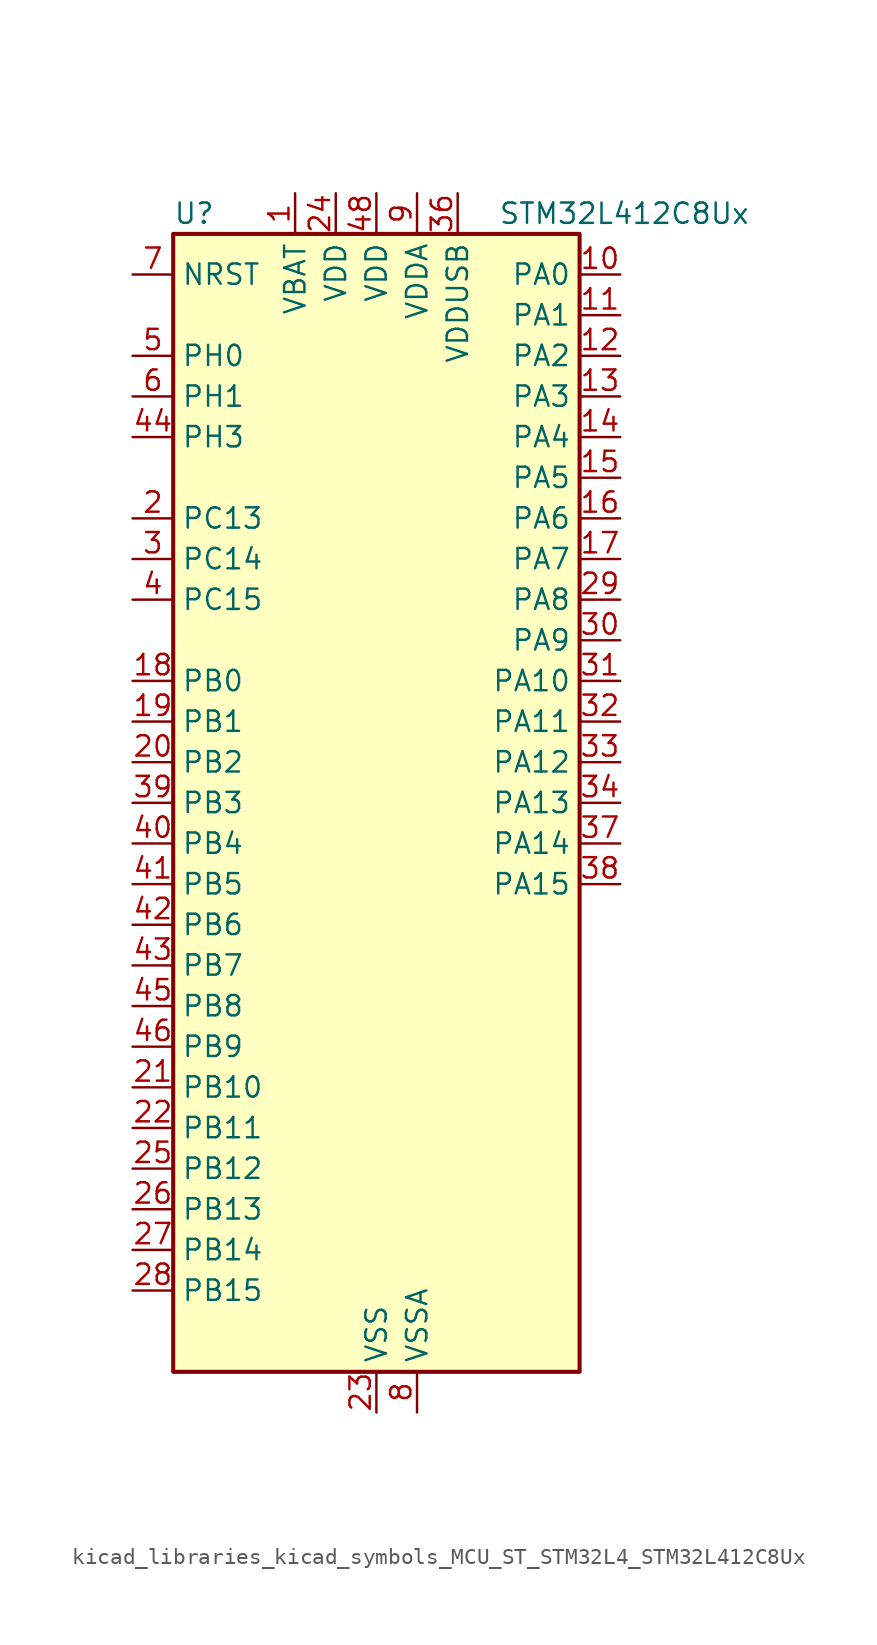
<source format=kicad_sym>
(kicad_symbol_lib
  (version 20220914)
  (generator kicad_symbol_editor)
  (symbol "kicad_libraries_kicad_symbols_MCU_ST_STM32L4_STM32L412C8Ux"
    (property "Reference" "U"
      (at -12.7 36.83 0)
      (effects (font (size 1.27 1.27)) (justify left)))
    (property "Value" "STM32L412C8Ux"
      (at 7.62 36.83 0)
      (effects (font (size 1.27 1.27)) (justify left)))
    (property "ki_locked" ""
      (at 0 0 0)
      (effects (font (size 1.27 1.27))))
    (symbol "kicad_libraries_kicad_symbols_MCU_ST_STM32L4_STM32L412C8Ux_0_1"
      (rectangle (start -12.7 -35.56) (end 12.7 35.56) (stroke (width 0.254) (type default)) (fill (type background))))
    (symbol "kicad_libraries_kicad_symbols_MCU_ST_STM32L4_STM32L412C8Ux_1_1"
      (pin power_in line (at -5.08 38.1 270) (length 2.54) (name "VBAT" (effects (font (size 1.27 1.27)))) (number "1" (effects (font (size 1.27 1.27)))))
      (pin bidirectional line (at 15.24 33.02 180) (length 2.54) (name "PA0" (effects (font (size 1.27 1.27)))) (number "10" (effects (font (size 1.27 1.27)))) (alternate "ADC1_IN5" bidirectional line) (alternate "COMP1_INM" bidirectional line) (alternate "COMP1_OUT" bidirectional line) (alternate "OPAMP1_VINP" bidirectional line) (alternate "RTC_TAMP2" bidirectional line) (alternate "SYS_WKUP1" bidirectional line) (alternate "TIM2_CH1" bidirectional line) (alternate "TIM2_ETR" bidirectional line) (alternate "USART2_CTS" bidirectional line))
      (pin bidirectional line (at 15.24 30.48 180) (length 2.54) (name "PA1" (effects (font (size 1.27 1.27)))) (number "11" (effects (font (size 1.27 1.27)))) (alternate "ADC1_IN6" bidirectional line) (alternate "COMP1_INP" bidirectional line) (alternate "I2C1_SMBA" bidirectional line) (alternate "OPAMP1_VINM" bidirectional line) (alternate "SPI1_SCK" bidirectional line) (alternate "TIM15_CH1N" bidirectional line) (alternate "TIM2_CH2" bidirectional line) (alternate "USART2_DE" bidirectional line) (alternate "USART2_RTS" bidirectional line))
      (pin bidirectional line (at 15.24 27.94 180) (length 2.54) (name "PA2" (effects (font (size 1.27 1.27)))) (number "12" (effects (font (size 1.27 1.27)))) (alternate "ADC1_IN7" bidirectional line) (alternate "ADC2_IN7" bidirectional line) (alternate "LPUART1_TX" bidirectional line) (alternate "QUADSPI_BK1_NCS" bidirectional line) (alternate "RCC_LSCO" bidirectional line) (alternate "SYS_WKUP4" bidirectional line) (alternate "TIM15_CH1" bidirectional line) (alternate "TIM2_CH3" bidirectional line) (alternate "USART2_TX" bidirectional line))
      (pin bidirectional line (at 15.24 25.4 180) (length 2.54) (name "PA3" (effects (font (size 1.27 1.27)))) (number "13" (effects (font (size 1.27 1.27)))) (alternate "ADC1_IN8" bidirectional line) (alternate "ADC2_IN8" bidirectional line) (alternate "LPUART1_RX" bidirectional line) (alternate "OPAMP1_VOUT" bidirectional line) (alternate "QUADSPI_CLK" bidirectional line) (alternate "TIM15_CH2" bidirectional line) (alternate "TIM2_CH4" bidirectional line) (alternate "USART2_RX" bidirectional line))
      (pin bidirectional line (at 15.24 22.86 180) (length 2.54) (name "PA4" (effects (font (size 1.27 1.27)))) (number "14" (effects (font (size 1.27 1.27)))) (alternate "ADC1_IN9" bidirectional line) (alternate "ADC2_IN9" bidirectional line) (alternate "COMP1_INM" bidirectional line) (alternate "LPTIM2_OUT" bidirectional line) (alternate "SPI1_NSS" bidirectional line) (alternate "USART2_CK" bidirectional line))
      (pin bidirectional line (at 15.24 20.32 180) (length 2.54) (name "PA5" (effects (font (size 1.27 1.27)))) (number "15" (effects (font (size 1.27 1.27)))) (alternate "ADC1_IN10" bidirectional line) (alternate "ADC2_IN10" bidirectional line) (alternate "COMP1_INM" bidirectional line) (alternate "LPTIM2_ETR" bidirectional line) (alternate "SPI1_SCK" bidirectional line) (alternate "TIM2_CH1" bidirectional line) (alternate "TIM2_ETR" bidirectional line))
      (pin bidirectional line (at 15.24 17.78 180) (length 2.54) (name "PA6" (effects (font (size 1.27 1.27)))) (number "16" (effects (font (size 1.27 1.27)))) (alternate "ADC1_IN11" bidirectional line) (alternate "ADC2_IN11" bidirectional line) (alternate "COMP1_OUT" bidirectional line) (alternate "LPUART1_CTS" bidirectional line) (alternate "QUADSPI_BK1_IO3" bidirectional line) (alternate "SPI1_MISO" bidirectional line) (alternate "TIM16_CH1" bidirectional line) (alternate "TIM1_BKIN" bidirectional line) (alternate "USART3_CTS" bidirectional line))
      (pin bidirectional line (at 15.24 15.24 180) (length 2.54) (name "PA7" (effects (font (size 1.27 1.27)))) (number "17" (effects (font (size 1.27 1.27)))) (alternate "ADC1_IN12" bidirectional line) (alternate "ADC2_IN12" bidirectional line) (alternate "I2C3_SCL" bidirectional line) (alternate "QUADSPI_BK1_IO2" bidirectional line) (alternate "SPI1_MOSI" bidirectional line) (alternate "TIM1_CH1N" bidirectional line))
      (pin bidirectional line (at -15.24 7.62 0) (length 2.54) (name "PB0" (effects (font (size 1.27 1.27)))) (number "18" (effects (font (size 1.27 1.27)))) (alternate "ADC1_IN15" bidirectional line) (alternate "ADC2_IN15" bidirectional line) (alternate "COMP1_OUT" bidirectional line) (alternate "QUADSPI_BK1_IO1" bidirectional line) (alternate "SPI1_NSS" bidirectional line) (alternate "SYS_TRACED0" bidirectional line) (alternate "TIM1_CH2N" bidirectional line) (alternate "USART3_CK" bidirectional line))
      (pin bidirectional line (at -15.24 5.08 0) (length 2.54) (name "PB1" (effects (font (size 1.27 1.27)))) (number "19" (effects (font (size 1.27 1.27)))) (alternate "ADC1_IN16" bidirectional line) (alternate "ADC2_IN16" bidirectional line) (alternate "COMP1_INM" bidirectional line) (alternate "LPTIM2_IN1" bidirectional line) (alternate "LPUART1_DE" bidirectional line) (alternate "LPUART1_RTS" bidirectional line) (alternate "QUADSPI_BK1_IO0" bidirectional line) (alternate "SYS_TRACED1" bidirectional line) (alternate "TIM1_CH3N" bidirectional line) (alternate "USART3_DE" bidirectional line) (alternate "USART3_RTS" bidirectional line))
      (pin bidirectional line (at -15.24 17.78 0) (length 2.54) (name "PC13" (effects (font (size 1.27 1.27)))) (number "2" (effects (font (size 1.27 1.27)))) (alternate "RTC_OUT_ALARM" bidirectional line) (alternate "RTC_OUT_CALIB" bidirectional line) (alternate "RTC_TAMP1" bidirectional line) (alternate "RTC_TS" bidirectional line) (alternate "SYS_WKUP2" bidirectional line))
      (pin bidirectional line (at -15.24 2.54 0) (length 2.54) (name "PB2" (effects (font (size 1.27 1.27)))) (number "20" (effects (font (size 1.27 1.27)))) (alternate "COMP1_INP" bidirectional line) (alternate "I2C3_SMBA" bidirectional line) (alternate "LPTIM1_OUT" bidirectional line) (alternate "RTC_OUT_ALARM" bidirectional line) (alternate "RTC_OUT_CALIB" bidirectional line))
      (pin bidirectional line (at -15.24 -17.78 0) (length 2.54) (name "PB10" (effects (font (size 1.27 1.27)))) (number "21" (effects (font (size 1.27 1.27)))) (alternate "COMP1_OUT" bidirectional line) (alternate "I2C2_SCL" bidirectional line) (alternate "LPUART1_RX" bidirectional line) (alternate "QUADSPI_CLK" bidirectional line) (alternate "SPI2_SCK" bidirectional line) (alternate "TIM2_CH3" bidirectional line) (alternate "TSC_SYNC" bidirectional line) (alternate "USART3_TX" bidirectional line))
      (pin bidirectional line (at -15.24 -20.32 0) (length 2.54) (name "PB11" (effects (font (size 1.27 1.27)))) (number "22" (effects (font (size 1.27 1.27)))) (alternate "ADC1_EXTI11" bidirectional line) (alternate "ADC2_EXTI11" bidirectional line) (alternate "I2C2_SDA" bidirectional line) (alternate "LPUART1_TX" bidirectional line) (alternate "QUADSPI_BK1_NCS" bidirectional line) (alternate "TIM2_CH4" bidirectional line) (alternate "USART3_RX" bidirectional line))
      (pin power_in line (at 0 -38.1 90) (length 2.54) (name "VSS" (effects (font (size 1.27 1.27)))) (number "23" (effects (font (size 1.27 1.27)))))
      (pin power_in line (at -2.54 38.1 270) (length 2.54) (name "VDD" (effects (font (size 1.27 1.27)))) (number "24" (effects (font (size 1.27 1.27)))))
      (pin bidirectional line (at -15.24 -22.86 0) (length 2.54) (name "PB12" (effects (font (size 1.27 1.27)))) (number "25" (effects (font (size 1.27 1.27)))) (alternate "I2C2_SMBA" bidirectional line) (alternate "LPUART1_DE" bidirectional line) (alternate "LPUART1_RTS" bidirectional line) (alternate "SPI2_NSS" bidirectional line) (alternate "TIM15_BKIN" bidirectional line) (alternate "TIM1_BKIN" bidirectional line) (alternate "TSC_G1_IO1" bidirectional line) (alternate "USART3_CK" bidirectional line))
      (pin bidirectional line (at -15.24 -25.4 0) (length 2.54) (name "PB13" (effects (font (size 1.27 1.27)))) (number "26" (effects (font (size 1.27 1.27)))) (alternate "I2C2_SCL" bidirectional line) (alternate "LPUART1_CTS" bidirectional line) (alternate "SPI2_SCK" bidirectional line) (alternate "TIM15_CH1N" bidirectional line) (alternate "TIM1_CH1N" bidirectional line) (alternate "TSC_G1_IO2" bidirectional line) (alternate "USART3_CTS" bidirectional line))
      (pin bidirectional line (at -15.24 -27.94 0) (length 2.54) (name "PB14" (effects (font (size 1.27 1.27)))) (number "27" (effects (font (size 1.27 1.27)))) (alternate "I2C2_SDA" bidirectional line) (alternate "SPI2_MISO" bidirectional line) (alternate "TIM15_CH1" bidirectional line) (alternate "TIM1_CH2N" bidirectional line) (alternate "TSC_G1_IO3" bidirectional line) (alternate "USART3_DE" bidirectional line) (alternate "USART3_RTS" bidirectional line))
      (pin bidirectional line (at -15.24 -30.48 0) (length 2.54) (name "PB15" (effects (font (size 1.27 1.27)))) (number "28" (effects (font (size 1.27 1.27)))) (alternate "ADC1_EXTI15" bidirectional line) (alternate "ADC2_EXTI15" bidirectional line) (alternate "RTC_REFIN" bidirectional line) (alternate "SPI2_MOSI" bidirectional line) (alternate "TIM15_CH2" bidirectional line) (alternate "TIM1_CH3N" bidirectional line) (alternate "TSC_G1_IO4" bidirectional line))
      (pin bidirectional line (at 15.24 12.7 180) (length 2.54) (name "PA8" (effects (font (size 1.27 1.27)))) (number "29" (effects (font (size 1.27 1.27)))) (alternate "LPTIM2_OUT" bidirectional line) (alternate "RCC_MCO" bidirectional line) (alternate "TIM1_CH1" bidirectional line) (alternate "USART1_CK" bidirectional line))
      (pin bidirectional line (at -15.24 15.24 0) (length 2.54) (name "PC14" (effects (font (size 1.27 1.27)))) (number "3" (effects (font (size 1.27 1.27)))) (alternate "RCC_OSC32_IN" bidirectional line))
      (pin bidirectional line (at 15.24 10.16 180) (length 2.54) (name "PA9" (effects (font (size 1.27 1.27)))) (number "30" (effects (font (size 1.27 1.27)))) (alternate "I2C1_SCL" bidirectional line) (alternate "TIM15_BKIN" bidirectional line) (alternate "TIM1_CH2" bidirectional line) (alternate "USART1_TX" bidirectional line))
      (pin bidirectional line (at 15.24 7.62 180) (length 2.54) (name "PA10" (effects (font (size 1.27 1.27)))) (number "31" (effects (font (size 1.27 1.27)))) (alternate "CRS_SYNC" bidirectional line) (alternate "I2C1_SDA" bidirectional line) (alternate "TIM1_CH3" bidirectional line) (alternate "USART1_RX" bidirectional line))
      (pin bidirectional line (at 15.24 5.08 180) (length 2.54) (name "PA11" (effects (font (size 1.27 1.27)))) (number "32" (effects (font (size 1.27 1.27)))) (alternate "ADC1_EXTI11" bidirectional line) (alternate "ADC2_EXTI11" bidirectional line) (alternate "COMP1_OUT" bidirectional line) (alternate "SPI1_MISO" bidirectional line) (alternate "TIM1_BKIN2" bidirectional line) (alternate "TIM1_BKIN2_COMP1" bidirectional line) (alternate "TIM1_CH4" bidirectional line) (alternate "USART1_CTS" bidirectional line) (alternate "USB_DM" bidirectional line))
      (pin bidirectional line (at 15.24 2.54 180) (length 2.54) (name "PA12" (effects (font (size 1.27 1.27)))) (number "33" (effects (font (size 1.27 1.27)))) (alternate "SPI1_MOSI" bidirectional line) (alternate "TIM1_ETR" bidirectional line) (alternate "USART1_DE" bidirectional line) (alternate "USART1_RTS" bidirectional line) (alternate "USB_DP" bidirectional line))
      (pin bidirectional line (at 15.24 0 180) (length 2.54) (name "PA13" (effects (font (size 1.27 1.27)))) (number "34" (effects (font (size 1.27 1.27)))) (alternate "IR_OUT" bidirectional line) (alternate "SYS_JTMS-SWDIO" bidirectional line) (alternate "USB_NOE" bidirectional line))
      (pin passive line (at 0 -38.1 90) (length 2.54) hide (name "VSS" (effects (font (size 1.27 1.27)))) (number "35" (effects (font (size 1.27 1.27)))))
      (pin power_in line (at 5.08 38.1 270) (length 2.54) (name "VDDUSB" (effects (font (size 1.27 1.27)))) (number "36" (effects (font (size 1.27 1.27)))))
      (pin bidirectional line (at 15.24 -2.54 180) (length 2.54) (name "PA14" (effects (font (size 1.27 1.27)))) (number "37" (effects (font (size 1.27 1.27)))) (alternate "I2C1_SMBA" bidirectional line) (alternate "LPTIM1_OUT" bidirectional line) (alternate "SYS_JTCK-SWCLK" bidirectional line))
      (pin bidirectional line (at 15.24 -5.08 180) (length 2.54) (name "PA15" (effects (font (size 1.27 1.27)))) (number "38" (effects (font (size 1.27 1.27)))) (alternate "ADC1_EXTI15" bidirectional line) (alternate "ADC2_EXTI15" bidirectional line) (alternate "SPI1_NSS" bidirectional line) (alternate "SYS_JTDI" bidirectional line) (alternate "TIM2_CH1" bidirectional line) (alternate "TIM2_ETR" bidirectional line) (alternate "USART2_RX" bidirectional line) (alternate "USART3_DE" bidirectional line) (alternate "USART3_RTS" bidirectional line))
      (pin bidirectional line (at -15.24 0 0) (length 2.54) (name "PB3" (effects (font (size 1.27 1.27)))) (number "39" (effects (font (size 1.27 1.27)))) (alternate "SPI1_SCK" bidirectional line) (alternate "SYS_JTDO-SWO" bidirectional line) (alternate "TIM2_CH2" bidirectional line) (alternate "USART1_DE" bidirectional line) (alternate "USART1_RTS" bidirectional line))
      (pin bidirectional line (at -15.24 12.7 0) (length 2.54) (name "PC15" (effects (font (size 1.27 1.27)))) (number "4" (effects (font (size 1.27 1.27)))) (alternate "ADC1_EXTI15" bidirectional line) (alternate "ADC2_EXTI15" bidirectional line) (alternate "RCC_OSC32_OUT" bidirectional line))
      (pin bidirectional line (at -15.24 -2.54 0) (length 2.54) (name "PB4" (effects (font (size 1.27 1.27)))) (number "40" (effects (font (size 1.27 1.27)))) (alternate "I2C3_SDA" bidirectional line) (alternate "SPI1_MISO" bidirectional line) (alternate "SYS_JTRST" bidirectional line) (alternate "TSC_G2_IO1" bidirectional line) (alternate "USART1_CTS" bidirectional line))
      (pin bidirectional line (at -15.24 -5.08 0) (length 2.54) (name "PB5" (effects (font (size 1.27 1.27)))) (number "41" (effects (font (size 1.27 1.27)))) (alternate "I2C1_SMBA" bidirectional line) (alternate "LPTIM1_IN1" bidirectional line) (alternate "SPI1_MOSI" bidirectional line) (alternate "SYS_TRACED2" bidirectional line) (alternate "TIM16_BKIN" bidirectional line) (alternate "TSC_G2_IO2" bidirectional line) (alternate "USART1_CK" bidirectional line))
      (pin bidirectional line (at -15.24 -7.62 0) (length 2.54) (name "PB6" (effects (font (size 1.27 1.27)))) (number "42" (effects (font (size 1.27 1.27)))) (alternate "I2C1_SCL" bidirectional line) (alternate "LPTIM1_ETR" bidirectional line) (alternate "SYS_TRACED3" bidirectional line) (alternate "TIM16_CH1N" bidirectional line) (alternate "TSC_G2_IO3" bidirectional line) (alternate "USART1_TX" bidirectional line))
      (pin bidirectional line (at -15.24 -10.16 0) (length 2.54) (name "PB7" (effects (font (size 1.27 1.27)))) (number "43" (effects (font (size 1.27 1.27)))) (alternate "I2C1_SDA" bidirectional line) (alternate "LPTIM1_IN2" bidirectional line) (alternate "SYS_PVD_IN" bidirectional line) (alternate "SYS_TRACECLK" bidirectional line) (alternate "TSC_G2_IO4" bidirectional line) (alternate "USART1_RX" bidirectional line))
      (pin bidirectional line (at -15.24 22.86 0) (length 2.54) (name "PH3" (effects (font (size 1.27 1.27)))) (number "44" (effects (font (size 1.27 1.27)))))
      (pin bidirectional line (at -15.24 -12.7 0) (length 2.54) (name "PB8" (effects (font (size 1.27 1.27)))) (number "45" (effects (font (size 1.27 1.27)))) (alternate "I2C1_SCL" bidirectional line) (alternate "TIM16_CH1" bidirectional line))
      (pin bidirectional line (at -15.24 -15.24 0) (length 2.54) (name "PB9" (effects (font (size 1.27 1.27)))) (number "46" (effects (font (size 1.27 1.27)))) (alternate "I2C1_SDA" bidirectional line) (alternate "IR_OUT" bidirectional line) (alternate "SPI2_NSS" bidirectional line))
      (pin passive line (at 0 -38.1 90) (length 2.54) hide (name "VSS" (effects (font (size 1.27 1.27)))) (number "47" (effects (font (size 1.27 1.27)))))
      (pin power_in line (at 0 38.1 270) (length 2.54) (name "VDD" (effects (font (size 1.27 1.27)))) (number "48" (effects (font (size 1.27 1.27)))))
      (pin passive line (at 0 -38.1 90) (length 2.54) hide (name "VSS" (effects (font (size 1.27 1.27)))) (number "49" (effects (font (size 1.27 1.27)))))
      (pin bidirectional line (at -15.24 27.94 0) (length 2.54) (name "PH0" (effects (font (size 1.27 1.27)))) (number "5" (effects (font (size 1.27 1.27)))) (alternate "RCC_OSC_IN" bidirectional line))
      (pin bidirectional line (at -15.24 25.4 0) (length 2.54) (name "PH1" (effects (font (size 1.27 1.27)))) (number "6" (effects (font (size 1.27 1.27)))) (alternate "RCC_OSC_OUT" bidirectional line))
      (pin input line (at -15.24 33.02 0) (length 2.54) (name "NRST" (effects (font (size 1.27 1.27)))) (number "7" (effects (font (size 1.27 1.27)))))
      (pin power_in line (at 2.54 -38.1 90) (length 2.54) (name "VSSA" (effects (font (size 1.27 1.27)))) (number "8" (effects (font (size 1.27 1.27)))))
      (pin power_in line (at 2.54 38.1 270) (length 2.54) (name "VDDA" (effects (font (size 1.27 1.27)))) (number "9" (effects (font (size 1.27 1.27))))))))
</source>
